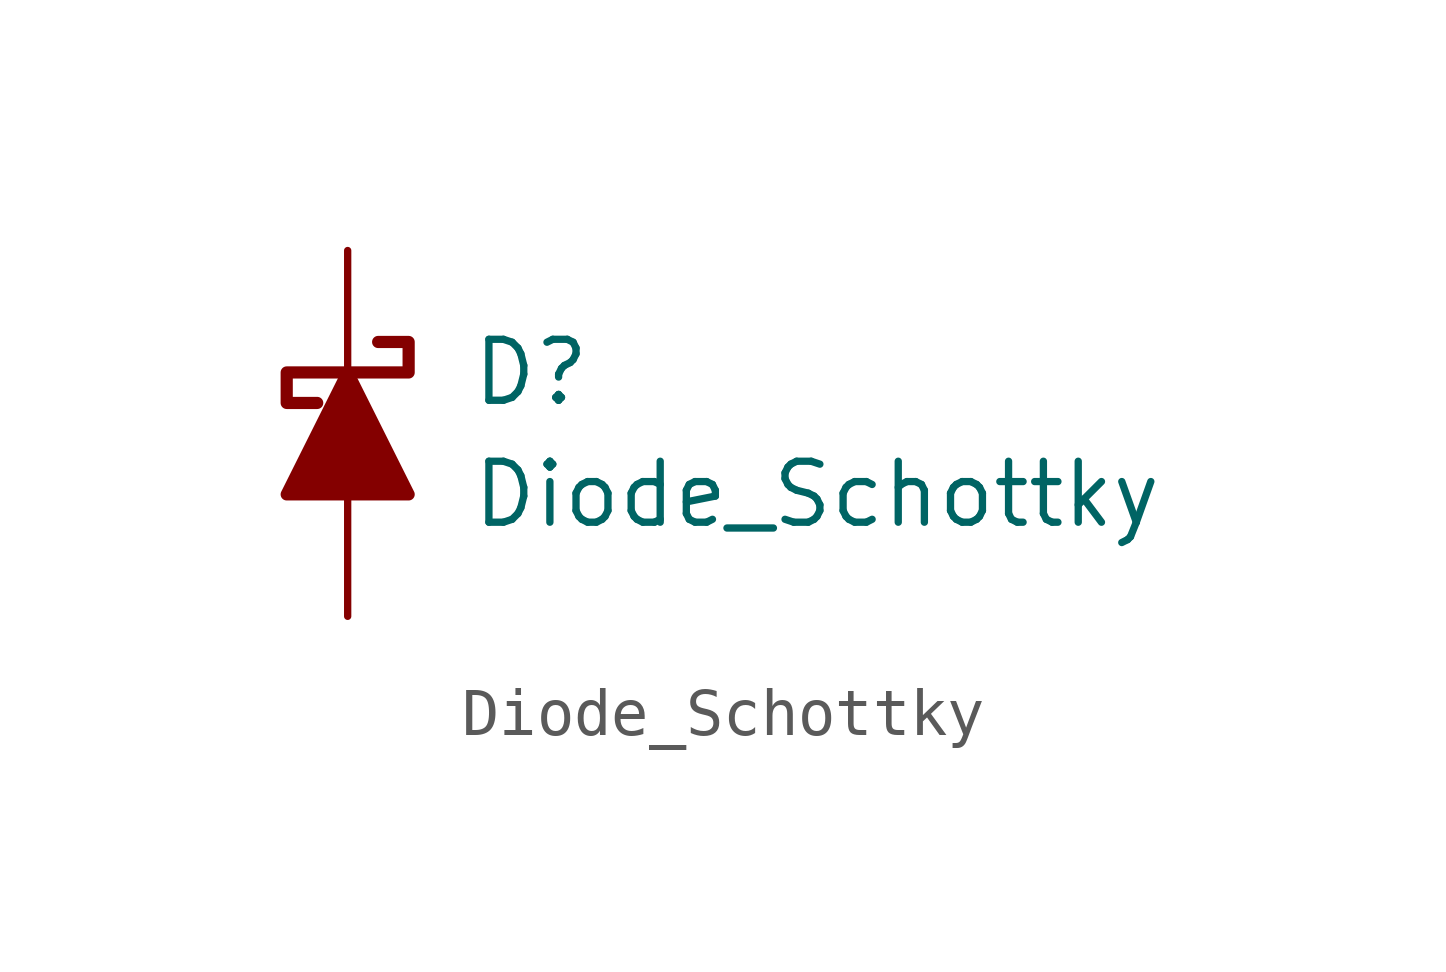
<source format=kicad_sym>
(kicad_symbol_lib
  (version 20211014)
  (generator kicad_symbol_editor)
  (symbol "Diode_Schottky"
    (pin_numbers hide)
    (pin_names
      (offset 1.016) hide)
    (property "Reference" "D"
      (at 2.54 2.54 0)
      (effects (font (size 1.27 1.27)) (justify left)))
    (property "Value" "Diode_Schottky"
      (at 2.54 0 0)
      (effects (font (size 1.27 1.27)) (justify left)))
    (symbol "Diode_Schottky_0_1"
      (polyline (pts (xy 0 0) (xy 0 2.54)) (stroke (width 0) (type default) (color 0 0 0 0)) (fill (type none)))
      (polyline (pts (xy 1.27 0) (xy -1.27 0) (xy 0 2.54) (xy 1.27 0)) (stroke (width 0.254) (type default) (color 0 0 0 0)) (fill (type outline)))
      (polyline (pts (xy 0.635 3.175) (xy 1.27 3.175) (xy 1.27 2.54) (xy -1.27 2.54) (xy -1.27 1.905) (xy -0.635 1.905)) (stroke (width 0.254) (type default) (color 0 0 0 0)) (fill (type none))))
    (symbol "Diode_Schottky_1_1"
      (pin passive line (at 0 -2.54 90) (length 2.54) (name "A" (effects (font (size 1.27 1.27)))) (number "A" (effects (font (size 1.27 1.27)))))
      (pin passive line (at 0 5.08 270) (length 2.54) (name "C" (effects (font (size 1.27 1.27)))) (number "C" (effects (font (size 1.27 1.27))))))))
</source>
